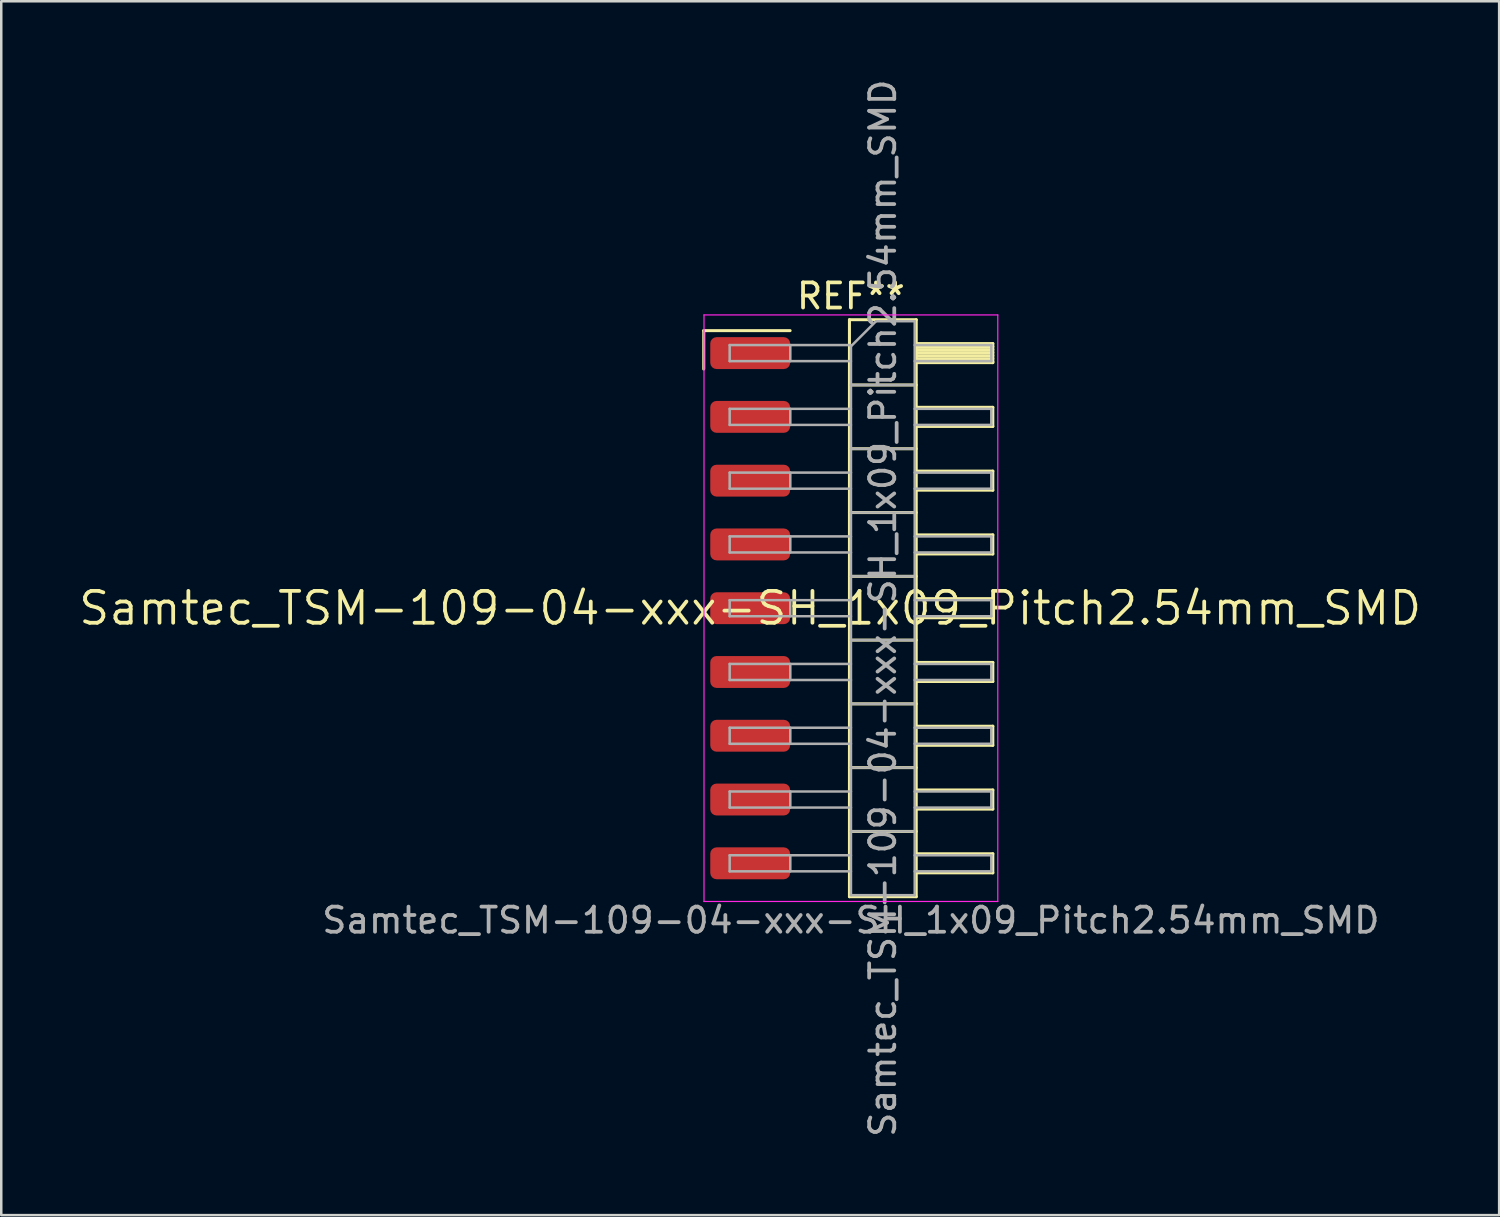
<source format=kicad_pcb>
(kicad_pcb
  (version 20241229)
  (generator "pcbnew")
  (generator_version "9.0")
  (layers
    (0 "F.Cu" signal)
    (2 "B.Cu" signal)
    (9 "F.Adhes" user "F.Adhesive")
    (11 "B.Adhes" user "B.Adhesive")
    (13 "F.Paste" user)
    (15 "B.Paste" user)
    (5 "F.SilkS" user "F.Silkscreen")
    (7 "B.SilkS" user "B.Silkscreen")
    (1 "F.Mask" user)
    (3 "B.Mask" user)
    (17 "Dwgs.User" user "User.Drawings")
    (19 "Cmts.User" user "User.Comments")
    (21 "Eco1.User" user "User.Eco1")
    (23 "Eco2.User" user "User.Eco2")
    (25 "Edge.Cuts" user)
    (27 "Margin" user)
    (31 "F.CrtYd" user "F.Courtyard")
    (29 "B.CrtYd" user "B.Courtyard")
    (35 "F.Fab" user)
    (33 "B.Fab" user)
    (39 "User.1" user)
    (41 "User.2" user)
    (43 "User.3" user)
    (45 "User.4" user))
  (footprint "Samtec_TSM-109-04-xxx-SH_1x09_Pitch2.54mm_SMD"
    (layer "F.Cu")
    (at 26.828 21.173)
    (property "Reference" "Samtec_TSM-109-04-xxx-SH_1x09_Pitch2.54mm_SMD" (at 0 0 0) (layer "F.SilkS") (effects (font (size 1.27 1.27) (thickness 0.15))))
    (attr smd)
    (fp_line (start -1.85 -11.055) (end 1.59 -11.055) (stroke (width 0.12) (type solid)) (layer "F.SilkS"))
    (fp_line (start -1.85 -9.525) (end -1.85 -11.055) (stroke (width 0.12) (type solid)) (layer "F.SilkS"))
    (fp_line (start 3.953 -11.49) (end 6.613 -11.49) (stroke (width 0.12) (type solid)) (layer "F.SilkS"))
    (fp_line (start 3.953 -8.89) (end 6.613 -8.89) (stroke (width 0.12) (type solid)) (layer "F.SilkS"))
    (fp_line (start 3.953 -6.35) (end 6.613 -6.35) (stroke (width 0.12) (type solid)) (layer "F.SilkS"))
    (fp_line (start 3.953 -3.81) (end 6.613 -3.81) (stroke (width 0.12) (type solid)) (layer "F.SilkS"))
    (fp_line (start 3.953 -1.27) (end 6.613 -1.27) (stroke (width 0.12) (type solid)) (layer "F.SilkS"))
    (fp_line (start 3.953 1.27) (end 6.613 1.27) (stroke (width 0.12) (type solid)) (layer "F.SilkS"))
    (fp_line (start 3.953 3.81) (end 6.613 3.81) (stroke (width 0.12) (type solid)) (layer "F.SilkS"))
    (fp_line (start 3.953 6.35) (end 6.613 6.35) (stroke (width 0.12) (type solid)) (layer "F.SilkS"))
    (fp_line (start 3.953 8.89) (end 6.613 8.89) (stroke (width 0.12) (type solid)) (layer "F.SilkS"))
    (fp_line (start 3.953 11.49) (end 3.953 -11.49) (stroke (width 0.12) (type solid)) (layer "F.SilkS"))
    (fp_line (start 6.613 -11.49) (end 6.613 11.49) (stroke (width 0.12) (type solid)) (layer "F.SilkS"))
    (fp_line (start 6.613 -10.54) (end 9.663 -10.54) (stroke (width 0.12) (type solid)) (layer "F.SilkS"))
    (fp_line (start 6.613 -10.42) (end 9.663 -10.42) (stroke (width 0.12) (type solid)) (layer "F.SilkS"))
    (fp_line (start 6.613 -10.3) (end 9.663 -10.3) (stroke (width 0.12) (type solid)) (layer "F.SilkS"))
    (fp_line (start 6.613 -10.18) (end 9.663 -10.18) (stroke (width 0.12) (type solid)) (layer "F.SilkS"))
    (fp_line (start 6.613 -10.06) (end 9.663 -10.06) (stroke (width 0.12) (type solid)) (layer "F.SilkS"))
    (fp_line (start 6.613 -9.94) (end 9.663 -9.94) (stroke (width 0.12) (type solid)) (layer "F.SilkS"))
    (fp_line (start 6.613 -9.82) (end 9.663 -9.82) (stroke (width 0.12) (type solid)) (layer "F.SilkS"))
    (fp_line (start 6.613 -9.78) (end 9.663 -9.78) (stroke (width 0.12) (type solid)) (layer "F.SilkS"))
    (fp_line (start 6.613 -8) (end 9.663 -8) (stroke (width 0.12) (type solid)) (layer "F.SilkS"))
    (fp_line (start 6.613 -7.24) (end 9.663 -7.24) (stroke (width 0.12) (type solid)) (layer "F.SilkS"))
    (fp_line (start 6.613 -5.46) (end 9.663 -5.46) (stroke (width 0.12) (type solid)) (layer "F.SilkS"))
    (fp_line (start 6.613 -4.7) (end 9.663 -4.7) (stroke (width 0.12) (type solid)) (layer "F.SilkS"))
    (fp_line (start 6.613 -2.92) (end 9.663 -2.92) (stroke (width 0.12) (type solid)) (layer "F.SilkS"))
    (fp_line (start 6.613 -2.16) (end 9.663 -2.16) (stroke (width 0.12) (type solid)) (layer "F.SilkS"))
    (fp_line (start 6.613 -0.38) (end 9.663 -0.38) (stroke (width 0.12) (type solid)) (layer "F.SilkS"))
    (fp_line (start 6.613 0.38) (end 9.663 0.38) (stroke (width 0.12) (type solid)) (layer "F.SilkS"))
    (fp_line (start 6.613 2.16) (end 9.663 2.16) (stroke (width 0.12) (type solid)) (layer "F.SilkS"))
    (fp_line (start 6.613 2.92) (end 9.663 2.92) (stroke (width 0.12) (type solid)) (layer "F.SilkS"))
    (fp_line (start 6.613 4.7) (end 9.663 4.7) (stroke (width 0.12) (type solid)) (layer "F.SilkS"))
    (fp_line (start 6.613 5.46) (end 9.663 5.46) (stroke (width 0.12) (type solid)) (layer "F.SilkS"))
    (fp_line (start 6.613 7.24) (end 9.663 7.24) (stroke (width 0.12) (type solid)) (layer "F.SilkS"))
    (fp_line (start 6.613 8) (end 9.663 8) (stroke (width 0.12) (type solid)) (layer "F.SilkS"))
    (fp_line (start 6.613 9.78) (end 9.663 9.78) (stroke (width 0.12) (type solid)) (layer "F.SilkS"))
    (fp_line (start 6.613 10.54) (end 9.663 10.54) (stroke (width 0.12) (type solid)) (layer "F.SilkS"))
    (fp_line (start 6.613 11.49) (end 3.953 11.49) (stroke (width 0.12) (type solid)) (layer "F.SilkS"))
    (fp_line (start 9.663 -10.54) (end 9.663 -9.78) (stroke (width 0.12) (type solid)) (layer "F.SilkS"))
    (fp_line (start 9.663 -8) (end 9.663 -7.24) (stroke (width 0.12) (type solid)) (layer "F.SilkS"))
    (fp_line (start 9.663 -5.46) (end 9.663 -4.7) (stroke (width 0.12) (type solid)) (layer "F.SilkS"))
    (fp_line (start 9.663 -2.92) (end 9.663 -2.16) (stroke (width 0.12) (type solid)) (layer "F.SilkS"))
    (fp_line (start 9.663 -0.38) (end 9.663 0.38) (stroke (width 0.12) (type solid)) (layer "F.SilkS"))
    (fp_line (start 9.663 2.16) (end 9.663 2.92) (stroke (width 0.12) (type solid)) (layer "F.SilkS"))
    (fp_line (start 9.663 4.7) (end 9.663 5.46) (stroke (width 0.12) (type solid)) (layer "F.SilkS"))
    (fp_line (start 9.663 7.24) (end 9.663 8) (stroke (width 0.12) (type solid)) (layer "F.SilkS"))
    (fp_line (start 9.663 9.78) (end 9.663 10.54) (stroke (width 0.12) (type solid)) (layer "F.SilkS"))
    (fp_line (start -1.84 -11.68) (end 9.86 -11.68) (stroke (width 0.05) (type solid)) (layer "F.CrtYd"))
    (fp_line (start -1.84 11.68) (end -1.84 -11.68) (stroke (width 0.05) (type solid)) (layer "F.CrtYd"))
    (fp_line (start 9.86 -11.68) (end 9.86 11.68) (stroke (width 0.05) (type solid)) (layer "F.CrtYd"))
    (fp_line (start 9.86 11.68) (end -1.84 11.68) (stroke (width 0.05) (type solid)) (layer "F.CrtYd"))
    (fp_line (start -0.817 -10.48) (end -0.817 -9.84) (stroke (width 0.1) (type solid)) (layer "F.Fab"))
    (fp_line (start -0.817 -10.48) (end 4.013 -10.48) (stroke (width 0.1) (type solid)) (layer "F.Fab"))
    (fp_line (start -0.817 -9.84) (end 4.013 -9.84) (stroke (width 0.1) (type solid)) (layer "F.Fab"))
    (fp_line (start -0.817 -7.94) (end -0.817 -7.3) (stroke (width 0.1) (type solid)) (layer "F.Fab"))
    (fp_line (start -0.817 -7.94) (end 4.013 -7.94) (stroke (width 0.1) (type solid)) (layer "F.Fab"))
    (fp_line (start -0.817 -7.3) (end 4.013 -7.3) (stroke (width 0.1) (type solid)) (layer "F.Fab"))
    (fp_line (start -0.817 -5.4) (end -0.817 -4.76) (stroke (width 0.1) (type solid)) (layer "F.Fab"))
    (fp_line (start -0.817 -5.4) (end 4.013 -5.4) (stroke (width 0.1) (type solid)) (layer "F.Fab"))
    (fp_line (start -0.817 -4.76) (end 4.013 -4.76) (stroke (width 0.1) (type solid)) (layer "F.Fab"))
    (fp_line (start -0.817 -2.86) (end -0.817 -2.22) (stroke (width 0.1) (type solid)) (layer "F.Fab"))
    (fp_line (start -0.817 -2.86) (end 4.013 -2.86) (stroke (width 0.1) (type solid)) (layer "F.Fab"))
    (fp_line (start -0.817 -2.22) (end 4.013 -2.22) (stroke (width 0.1) (type solid)) (layer "F.Fab"))
    (fp_line (start -0.817 -0.32) (end -0.817 0.32) (stroke (width 0.1) (type solid)) (layer "F.Fab"))
    (fp_line (start -0.817 -0.32) (end 4.013 -0.32) (stroke (width 0.1) (type solid)) (layer "F.Fab"))
    (fp_line (start -0.817 0.32) (end 4.013 0.32) (stroke (width 0.1) (type solid)) (layer "F.Fab"))
    (fp_line (start -0.817 2.22) (end -0.817 2.86) (stroke (width 0.1) (type solid)) (layer "F.Fab"))
    (fp_line (start -0.817 2.22) (end 4.013 2.22) (stroke (width 0.1) (type solid)) (layer "F.Fab"))
    (fp_line (start -0.817 2.86) (end 4.013 2.86) (stroke (width 0.1) (type solid)) (layer "F.Fab"))
    (fp_line (start -0.817 4.76) (end -0.817 5.4) (stroke (width 0.1) (type solid)) (layer "F.Fab"))
    (fp_line (start -0.817 4.76) (end 4.013 4.76) (stroke (width 0.1) (type solid)) (layer "F.Fab"))
    (fp_line (start -0.817 5.4) (end 4.013 5.4) (stroke (width 0.1) (type solid)) (layer "F.Fab"))
    (fp_line (start -0.817 7.3) (end -0.817 7.94) (stroke (width 0.1) (type solid)) (layer "F.Fab"))
    (fp_line (start -0.817 7.3) (end 4.013 7.3) (stroke (width 0.1) (type solid)) (layer "F.Fab"))
    (fp_line (start -0.817 7.94) (end 4.013 7.94) (stroke (width 0.1) (type solid)) (layer "F.Fab"))
    (fp_line (start -0.817 9.84) (end -0.817 10.48) (stroke (width 0.1) (type solid)) (layer "F.Fab"))
    (fp_line (start -0.817 9.84) (end 4.013 9.84) (stroke (width 0.1) (type solid)) (layer "F.Fab"))
    (fp_line (start -0.817 10.48) (end 4.013 10.48) (stroke (width 0.1) (type solid)) (layer "F.Fab"))
    (fp_line (start 1.598 -10.48) (end 1.598 -9.84) (stroke (width 0.1) (type solid)) (layer "F.Fab"))
    (fp_line (start 1.598 -7.94) (end 1.598 -7.3) (stroke (width 0.1) (type solid)) (layer "F.Fab"))
    (fp_line (start 1.598 -5.4) (end 1.598 -4.76) (stroke (width 0.1) (type solid)) (layer "F.Fab"))
    (fp_line (start 1.598 -2.86) (end 1.598 -2.22) (stroke (width 0.1) (type solid)) (layer "F.Fab"))
    (fp_line (start 1.598 -0.32) (end 1.598 0.32) (stroke (width 0.1) (type solid)) (layer "F.Fab"))
    (fp_line (start 1.598 2.22) (end 1.598 2.86) (stroke (width 0.1) (type solid)) (layer "F.Fab"))
    (fp_line (start 1.598 4.76) (end 1.598 5.4) (stroke (width 0.1) (type solid)) (layer "F.Fab"))
    (fp_line (start 1.598 7.3) (end 1.598 7.94) (stroke (width 0.1) (type solid)) (layer "F.Fab"))
    (fp_line (start 1.598 9.84) (end 1.598 10.48) (stroke (width 0.1) (type solid)) (layer "F.Fab"))
    (fp_line (start 4.013 -10.43) (end 5.013 -11.43) (stroke (width 0.1) (type solid)) (layer "F.Fab"))
    (fp_line (start 4.013 -8.89) (end 6.553 -8.89) (stroke (width 0.1) (type solid)) (layer "F.Fab"))
    (fp_line (start 4.013 -6.35) (end 6.553 -6.35) (stroke (width 0.1) (type solid)) (layer "F.Fab"))
    (fp_line (start 4.013 -3.81) (end 6.553 -3.81) (stroke (width 0.1) (type solid)) (layer "F.Fab"))
    (fp_line (start 4.013 -1.27) (end 6.553 -1.27) (stroke (width 0.1) (type solid)) (layer "F.Fab"))
    (fp_line (start 4.013 1.27) (end 6.553 1.27) (stroke (width 0.1) (type solid)) (layer "F.Fab"))
    (fp_line (start 4.013 3.81) (end 6.553 3.81) (stroke (width 0.1) (type solid)) (layer "F.Fab"))
    (fp_line (start 4.013 6.35) (end 6.553 6.35) (stroke (width 0.1) (type solid)) (layer "F.Fab"))
    (fp_line (start 4.013 8.89) (end 6.553 8.89) (stroke (width 0.1) (type solid)) (layer "F.Fab"))
    (fp_line (start 4.013 11.43) (end 4.013 -10.43) (stroke (width 0.1) (type solid)) (layer "F.Fab"))
    (fp_line (start 5.013 -11.43) (end 6.553 -11.43) (stroke (width 0.1) (type solid)) (layer "F.Fab"))
    (fp_line (start 6.553 -11.43) (end 6.553 11.43) (stroke (width 0.1) (type solid)) (layer "F.Fab"))
    (fp_line (start 6.553 -10.48) (end 9.603 -10.48) (stroke (width 0.1) (type solid)) (layer "F.Fab"))
    (fp_line (start 6.553 -9.84) (end 9.603 -9.84) (stroke (width 0.1) (type solid)) (layer "F.Fab"))
    (fp_line (start 6.553 -7.94) (end 9.603 -7.94) (stroke (width 0.1) (type solid)) (layer "F.Fab"))
    (fp_line (start 6.553 -7.3) (end 9.603 -7.3) (stroke (width 0.1) (type solid)) (layer "F.Fab"))
    (fp_line (start 6.553 -5.4) (end 9.603 -5.4) (stroke (width 0.1) (type solid)) (layer "F.Fab"))
    (fp_line (start 6.553 -4.76) (end 9.603 -4.76) (stroke (width 0.1) (type solid)) (layer "F.Fab"))
    (fp_line (start 6.553 -2.86) (end 9.603 -2.86) (stroke (width 0.1) (type solid)) (layer "F.Fab"))
    (fp_line (start 6.553 -2.22) (end 9.603 -2.22) (stroke (width 0.1) (type solid)) (layer "F.Fab"))
    (fp_line (start 6.553 -0.32) (end 9.603 -0.32) (stroke (width 0.1) (type solid)) (layer "F.Fab"))
    (fp_line (start 6.553 0.32) (end 9.603 0.32) (stroke (width 0.1) (type solid)) (layer "F.Fab"))
    (fp_line (start 6.553 2.22) (end 9.603 2.22) (stroke (width 0.1) (type solid)) (layer "F.Fab"))
    (fp_line (start 6.553 2.86) (end 9.603 2.86) (stroke (width 0.1) (type solid)) (layer "F.Fab"))
    (fp_line (start 6.553 4.76) (end 9.603 4.76) (stroke (width 0.1) (type solid)) (layer "F.Fab"))
    (fp_line (start 6.553 5.4) (end 9.603 5.4) (stroke (width 0.1) (type solid)) (layer "F.Fab"))
    (fp_line (start 6.553 7.3) (end 9.603 7.3) (stroke (width 0.1) (type solid)) (layer "F.Fab"))
    (fp_line (start 6.553 7.94) (end 9.603 7.94) (stroke (width 0.1) (type solid)) (layer "F.Fab"))
    (fp_line (start 6.553 9.84) (end 9.603 9.84) (stroke (width 0.1) (type solid)) (layer "F.Fab"))
    (fp_line (start 6.553 10.48) (end 9.603 10.48) (stroke (width 0.1) (type solid)) (layer "F.Fab"))
    (fp_line (start 6.553 11.43) (end 4.013 11.43) (stroke (width 0.1) (type solid)) (layer "F.Fab"))
    (fp_line (start 9.603 -10.48) (end 9.603 -9.84) (stroke (width 0.1) (type solid)) (layer "F.Fab"))
    (fp_line (start 9.603 -7.94) (end 9.603 -7.3) (stroke (width 0.1) (type solid)) (layer "F.Fab"))
    (fp_line (start 9.603 -5.4) (end 9.603 -4.76) (stroke (width 0.1) (type solid)) (layer "F.Fab"))
    (fp_line (start 9.603 -2.86) (end 9.603 -2.22) (stroke (width 0.1) (type solid)) (layer "F.Fab"))
    (fp_line (start 9.603 -0.32) (end 9.603 0.32) (stroke (width 0.1) (type solid)) (layer "F.Fab"))
    (fp_line (start 9.603 2.22) (end 9.603 2.86) (stroke (width 0.1) (type solid)) (layer "F.Fab"))
    (fp_line (start 9.603 4.76) (end 9.603 5.4) (stroke (width 0.1) (type solid)) (layer "F.Fab"))
    (fp_line (start 9.603 7.3) (end 9.603 7.94) (stroke (width 0.1) (type solid)) (layer "F.Fab"))
    (fp_line (start 9.603 9.84) (end 9.603 10.48) (stroke (width 0.1) (type solid)) (layer "F.Fab"))
    (fp_text user "REF**" (at 4.01 -12.43 0) (layer "F.SilkS") (effects (font (size 1 1) (thickness 0.15))))
    (fp_text user "Samtec_TSM-109-04-xxx-SH_1x09_Pitch2.54mm_SMD" (at 4.01 12.43 0) (layer "F.Fab") (effects (font (size 1 1) (thickness 0.15))))
    (fp_text user "${REFERENCE}" (at 5.283 0 90) (layer "F.Fab") (effects (font (size 1 1) (thickness 0.15))))
    (pad "1" smd roundrect (at 0 -10.16) (size 3.18 1.27) (layers "F.Cu" "F.Mask" "F.Paste") (roundrect_rratio 0.197))
    (pad "2" smd roundrect (at 0 -7.62) (size 3.18 1.27) (layers "F.Cu" "F.Mask" "F.Paste") (roundrect_rratio 0.197))
    (pad "3" smd roundrect (at 0 -5.08) (size 3.18 1.27) (layers "F.Cu" "F.Mask" "F.Paste") (roundrect_rratio 0.197))
    (pad "4" smd roundrect (at 0 -2.54) (size 3.18 1.27) (layers "F.Cu" "F.Mask" "F.Paste") (roundrect_rratio 0.197))
    (pad "5" smd roundrect (at 0 0) (size 3.18 1.27) (layers "F.Cu" "F.Mask" "F.Paste") (roundrect_rratio 0.197))
    (pad "6" smd roundrect (at 0 2.54) (size 3.18 1.27) (layers "F.Cu" "F.Mask" "F.Paste") (roundrect_rratio 0.197))
    (pad "7" smd roundrect (at 0 5.08) (size 3.18 1.27) (layers "F.Cu" "F.Mask" "F.Paste") (roundrect_rratio 0.197))
    (pad "8" smd roundrect (at 0 7.62) (size 3.18 1.27) (layers "F.Cu" "F.Mask" "F.Paste") (roundrect_rratio 0.197))
    (pad "9" smd roundrect (at 0 10.16) (size 3.18 1.27) (layers "F.Cu" "F.Mask" "F.Paste") (roundrect_rratio 0.197)))
  (gr_rect
    (start -3 -3)
    (end 56.657 45.345)
    (stroke (width 0.1) (type default))
    (fill no)
    (layer "Edge.Cuts")))
</source>
